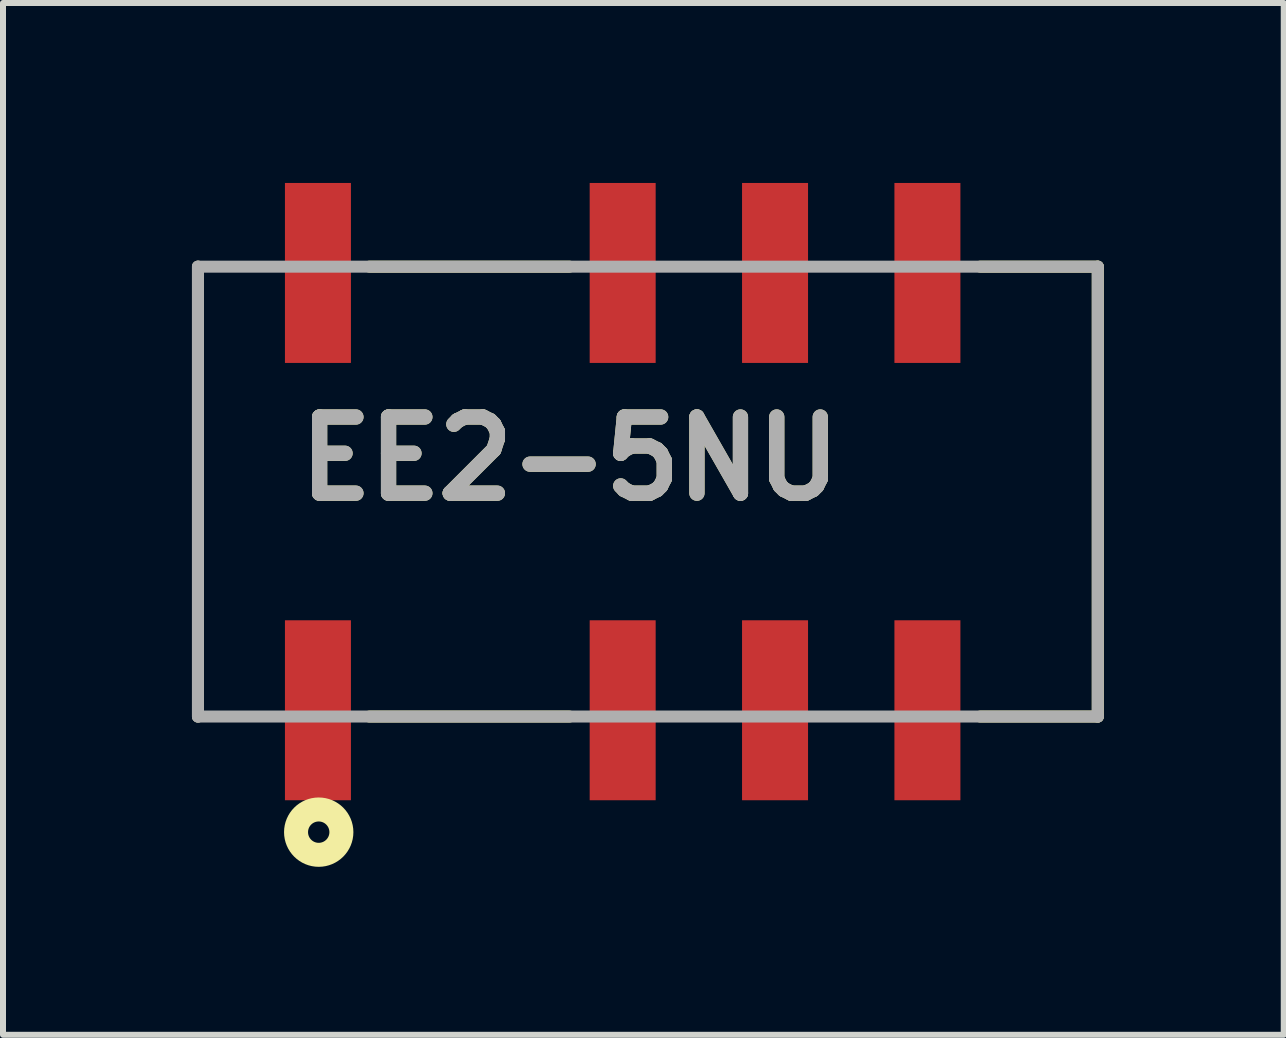
<source format=kicad_pcb>
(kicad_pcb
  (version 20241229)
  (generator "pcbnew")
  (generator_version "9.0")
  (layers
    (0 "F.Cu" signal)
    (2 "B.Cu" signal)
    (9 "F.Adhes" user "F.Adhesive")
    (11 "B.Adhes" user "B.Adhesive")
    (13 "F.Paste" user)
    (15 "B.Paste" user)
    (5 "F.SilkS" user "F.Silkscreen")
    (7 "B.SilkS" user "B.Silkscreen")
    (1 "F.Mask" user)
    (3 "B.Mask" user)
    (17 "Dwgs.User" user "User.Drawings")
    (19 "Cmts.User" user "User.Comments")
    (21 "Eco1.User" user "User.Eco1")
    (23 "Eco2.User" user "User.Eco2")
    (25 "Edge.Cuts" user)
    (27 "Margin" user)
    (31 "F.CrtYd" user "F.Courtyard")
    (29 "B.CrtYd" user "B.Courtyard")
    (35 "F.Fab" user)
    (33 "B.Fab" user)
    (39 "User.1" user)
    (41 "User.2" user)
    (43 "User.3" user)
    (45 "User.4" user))
  (footprint "EE2-5NU"
    (layer "F.Cu")
    (at 0.25 5.145)
    (property "Reference" "EE2-5NU" (at 6.201 -0.548 0) (layer "F.SilkS") (effects (font (size 1.27 1.27) (thickness 0.254))))
    (attr smd)
    (fp_line (start 0 3.75) (end 0 -3.75) (stroke (width 0.2) (type solid)) (layer "F.SilkS"))
    (fp_line (start 2.858 -3.75) (end 6.193 -3.75) (stroke (width 0.2) (type solid)) (layer "F.SilkS"))
    (fp_line (start 2.858 3.75) (end 6.193 3.75) (stroke (width 0.2) (type solid)) (layer "F.SilkS"))
    (fp_line (start 15 -3.75) (end 13.04 -3.75) (stroke (width 0.2) (type solid)) (layer "F.SilkS"))
    (fp_line (start 15 -3.75) (end 15 3.75) (stroke (width 0.2) (type solid)) (layer "F.SilkS"))
    (fp_line (start 15 3.75) (end 13.04 3.75) (stroke (width 0.2) (type solid)) (layer "F.SilkS"))
    (fp_circle (center 2.013 5.677) (end 2.013 5.855) (stroke (width 0.4) (type solid)) (fill no) (layer "F.SilkS"))
    (fp_line (start 0 -3.75) (end 15 -3.75) (stroke (width 0.2) (type solid)) (layer "F.Fab"))
    (fp_line (start 0 3.75) (end 0 -3.75) (stroke (width 0.2) (type solid)) (layer "F.Fab"))
    (fp_line (start 15 -3.75) (end 15 3.75) (stroke (width 0.2) (type solid)) (layer "F.Fab"))
    (fp_line (start 15 3.75) (end 0 3.75) (stroke (width 0.2) (type solid)) (layer "F.Fab"))
    (fp_text user "${REFERENCE}" (at 6.201 -0.548 0) (layer "F.Fab") (effects (font (size 1.27 1.27) (thickness 0.254))))
    (pad "1" smd rect (at 2 3.645) (size 1.1 3) (layers "F.Cu" "F.Mask" "F.Paste"))
    (pad "2" smd rect (at 7.08 3.645) (size 1.1 3) (layers "F.Cu" "F.Mask" "F.Paste"))
    (pad "3" smd rect (at 9.62 3.645) (size 1.1 3) (layers "F.Cu" "F.Mask" "F.Paste"))
    (pad "4" smd rect (at 12.16 3.645) (size 1.1 3) (layers "F.Cu" "F.Mask" "F.Paste"))
    (pad "5" smd rect (at 12.16 -3.645) (size 1.1 3) (layers "F.Cu" "F.Mask" "F.Paste"))
    (pad "6" smd rect (at 9.62 -3.645) (size 1.1 3) (layers "F.Cu" "F.Mask" "F.Paste"))
    (pad "7" smd rect (at 7.08 -3.645) (size 1.1 3) (layers "F.Cu" "F.Mask" "F.Paste"))
    (pad "8" smd rect (at 2 -3.645) (size 1.1 3) (layers "F.Cu" "F.Mask" "F.Paste")))
  (gr_rect
    (start -3 -3)
    (end 18.35 14.2)
    (stroke (width 0.1) (type default))
    (fill no)
    (layer "Edge.Cuts")))
</source>
